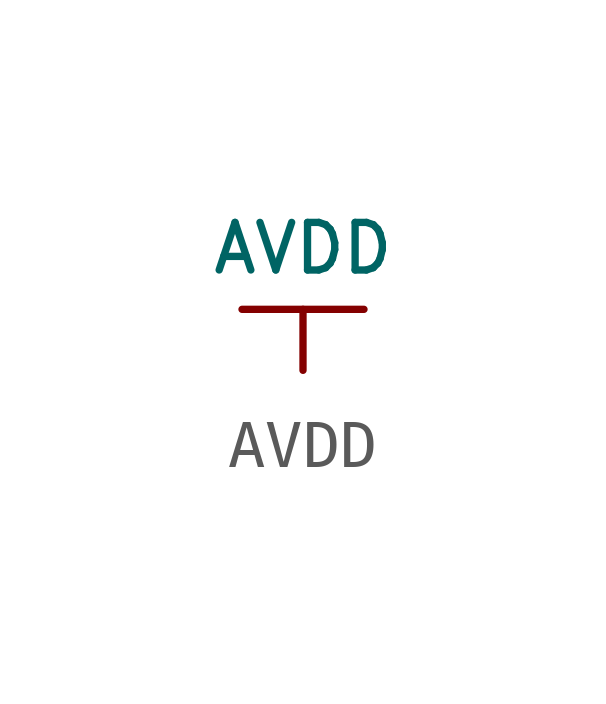
<source format=kicad_sym>
(kicad_symbol_lib
  (version 20220914)
  (generator kicad_symbol_editor)
  (symbol "AVDD"
    (power)
    (pin_numbers hide)
    (pin_names
      (offset 0) hide)
    (property "Reference" "#PWR"
      (at 0 -2.54 0)
      (effects (font (size 1.524 1.524)) hide))
    (property "Value" "AVDD"
      (at 0 1.27 0)
      (effects (font (size 0.991 0.991))))
    (property "Footprint" ""
      (at 0 0 0)
      (effects (font (size 1.524 1.524))))
    (property "Datasheet" ""
      (at 0 0 0)
      (effects (font (size 1.524 1.524))))
    (symbol "AVDD_0_1"
      (polyline (pts (xy -1.27 0) (xy 1.27 0)) (stroke (width 0) (type default)) (fill (type none))))
    (symbol "AVDD_1_1"
      (pin power_in line (at 0 -1.27 90) (length 1.27) (name "AVDD" (effects (font (size 1.27 1.27)))) (number "1" (effects (font (size 1.27 1.27))))))))
</source>
